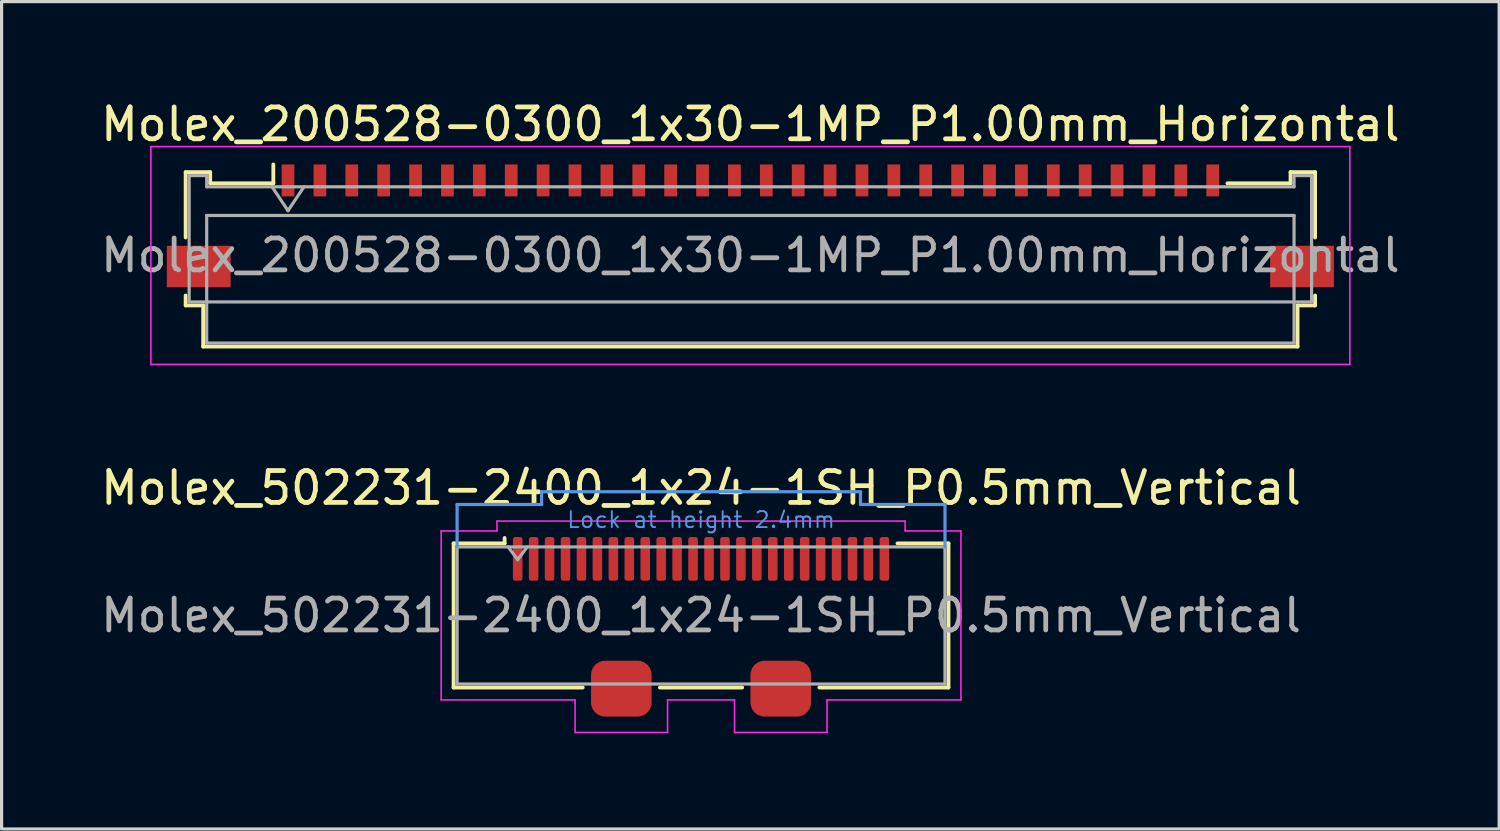
<source format=kicad_pcb>
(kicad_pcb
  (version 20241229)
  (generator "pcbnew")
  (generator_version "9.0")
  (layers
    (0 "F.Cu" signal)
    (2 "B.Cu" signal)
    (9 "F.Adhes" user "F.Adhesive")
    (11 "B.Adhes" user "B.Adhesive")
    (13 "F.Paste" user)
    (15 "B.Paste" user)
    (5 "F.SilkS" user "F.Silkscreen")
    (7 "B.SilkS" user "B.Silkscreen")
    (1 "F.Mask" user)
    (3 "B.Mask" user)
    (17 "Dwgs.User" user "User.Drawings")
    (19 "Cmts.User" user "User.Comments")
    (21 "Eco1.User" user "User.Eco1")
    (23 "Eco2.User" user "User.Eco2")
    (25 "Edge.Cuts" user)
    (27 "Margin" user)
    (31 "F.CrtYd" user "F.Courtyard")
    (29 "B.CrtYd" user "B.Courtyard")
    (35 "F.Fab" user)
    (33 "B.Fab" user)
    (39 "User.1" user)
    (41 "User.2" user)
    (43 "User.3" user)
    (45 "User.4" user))
  (footprint "Molex_200528-0300_1x30-1MP_P1.00mm_Horizontal"
    (layer "F.Cu")
    (at 20.482 3.518)
    (property "Reference" "Molex_200528-0300_1x30-1MP_P1.00mm_Horizontal" (at 0 -2.67 0) (layer "F.SilkS") (effects (font (size 1 1) (thickness 0.15))))
    (attr smd)
    (fp_line (start -17.71 -1.17) (end -17.71 0.88) (stroke (width 0.12) (type solid)) (layer "F.SilkS"))
    (fp_line (start -17.71 2.7) (end -17.71 3.01) (stroke (width 0.12) (type solid)) (layer "F.SilkS"))
    (fp_line (start -17.71 3.01) (end -17.16 3.01) (stroke (width 0.12) (type solid)) (layer "F.SilkS"))
    (fp_line (start -17.16 3.01) (end -17.16 4.3) (stroke (width 0.12) (type solid)) (layer "F.SilkS"))
    (fp_line (start -17.16 4.3) (end 17.16 4.3) (stroke (width 0.12) (type solid)) (layer "F.SilkS"))
    (fp_line (start -16.94 -1.17) (end -17.71 -1.17) (stroke (width 0.12) (type solid)) (layer "F.SilkS"))
    (fp_line (start -16.94 -0.82) (end -16.94 -1.17) (stroke (width 0.12) (type solid)) (layer "F.SilkS"))
    (fp_line (start -14.96 -1.41) (end -14.96 -0.82) (stroke (width 0.12) (type solid)) (layer "F.SilkS"))
    (fp_line (start -14.96 -0.82) (end -16.94 -0.82) (stroke (width 0.12) (type solid)) (layer "F.SilkS"))
    (fp_line (start 16.94 -1.17) (end 16.94 -0.82) (stroke (width 0.12) (type solid)) (layer "F.SilkS"))
    (fp_line (start 16.94 -0.82) (end 14.96 -0.82) (stroke (width 0.12) (type solid)) (layer "F.SilkS"))
    (fp_line (start 17.16 3.01) (end 17.71 3.01) (stroke (width 0.12) (type solid)) (layer "F.SilkS"))
    (fp_line (start 17.16 4.3) (end 17.16 3.01) (stroke (width 0.12) (type solid)) (layer "F.SilkS"))
    (fp_line (start 17.71 -1.17) (end 16.94 -1.17) (stroke (width 0.12) (type solid)) (layer "F.SilkS"))
    (fp_line (start 17.71 0.88) (end 17.71 -1.17) (stroke (width 0.12) (type solid)) (layer "F.SilkS"))
    (fp_line (start 17.71 3.01) (end 17.71 2.7) (stroke (width 0.12) (type solid)) (layer "F.SilkS"))
    (fp_line (start -18.8 -1.97) (end -18.8 4.86) (stroke (width 0.05) (type solid)) (layer "F.CrtYd"))
    (fp_line (start -18.8 4.86) (end 18.8 4.86) (stroke (width 0.05) (type solid)) (layer "F.CrtYd"))
    (fp_line (start 18.8 -1.97) (end -18.8 -1.97) (stroke (width 0.05) (type solid)) (layer "F.CrtYd"))
    (fp_line (start 18.8 4.86) (end 18.8 -1.97) (stroke (width 0.05) (type solid)) (layer "F.CrtYd"))
    (fp_line (start -17.6 -1.06) (end -17.6 2.9) (stroke (width 0.1) (type solid)) (layer "F.Fab"))
    (fp_line (start -17.6 2.9) (end 17.6 2.9) (stroke (width 0.1) (type solid)) (layer "F.Fab"))
    (fp_line (start -17.05 -1.06) (end -17.6 -1.06) (stroke (width 0.1) (type solid)) (layer "F.Fab"))
    (fp_line (start -17.05 -0.71) (end -17.05 -1.06) (stroke (width 0.1) (type solid)) (layer "F.Fab"))
    (fp_line (start -17.05 0.19) (end -17.05 4.19) (stroke (width 0.1) (type solid)) (layer "F.Fab"))
    (fp_line (start -17.05 4.19) (end 17.05 4.19) (stroke (width 0.1) (type solid)) (layer "F.Fab"))
    (fp_line (start -15 -0.71) (end -14.5 0.04) (stroke (width 0.1) (type solid)) (layer "F.Fab"))
    (fp_line (start -14.5 0.04) (end -14 -0.71) (stroke (width 0.1) (type solid)) (layer "F.Fab"))
    (fp_line (start 17.05 -1.06) (end 17.05 -0.71) (stroke (width 0.1) (type solid)) (layer "F.Fab"))
    (fp_line (start 17.05 -0.71) (end -17.05 -0.71) (stroke (width 0.1) (type solid)) (layer "F.Fab"))
    (fp_line (start 17.05 0.19) (end -17.05 0.19) (stroke (width 0.1) (type solid)) (layer "F.Fab"))
    (fp_line (start 17.05 4.19) (end 17.05 0.19) (stroke (width 0.1) (type solid)) (layer "F.Fab"))
    (fp_line (start 17.6 -1.06) (end 17.05 -1.06) (stroke (width 0.1) (type solid)) (layer "F.Fab"))
    (fp_line (start 17.6 2.9) (end 17.6 -1.06) (stroke (width 0.1) (type solid)) (layer "F.Fab"))
    (fp_text user "${REFERENCE}" (at 0 1.44 0) (layer "F.Fab") (effects (font (size 1 1) (thickness 0.15))))
    (pad "1" smd rect (at -14.5 -0.91) (size 0.4 1) (layers "F.Cu" "F.Mask" "F.Paste"))
    (pad "2" smd rect (at -13.5 -0.91) (size 0.4 1) (layers "F.Cu" "F.Mask" "F.Paste"))
    (pad "3" smd rect (at -12.5 -0.91) (size 0.4 1) (layers "F.Cu" "F.Mask" "F.Paste"))
    (pad "4" smd rect (at -11.5 -0.91) (size 0.4 1) (layers "F.Cu" "F.Mask" "F.Paste"))
    (pad "5" smd rect (at -10.5 -0.91) (size 0.4 1) (layers "F.Cu" "F.Mask" "F.Paste"))
    (pad "6" smd rect (at -9.5 -0.91) (size 0.4 1) (layers "F.Cu" "F.Mask" "F.Paste"))
    (pad "7" smd rect (at -8.5 -0.91) (size 0.4 1) (layers "F.Cu" "F.Mask" "F.Paste"))
    (pad "8" smd rect (at -7.5 -0.91) (size 0.4 1) (layers "F.Cu" "F.Mask" "F.Paste"))
    (pad "9" smd rect (at -6.5 -0.91) (size 0.4 1) (layers "F.Cu" "F.Mask" "F.Paste"))
    (pad "10" smd rect (at -5.5 -0.91) (size 0.4 1) (layers "F.Cu" "F.Mask" "F.Paste"))
    (pad "11" smd rect (at -4.5 -0.91) (size 0.4 1) (layers "F.Cu" "F.Mask" "F.Paste"))
    (pad "12" smd rect (at -3.5 -0.91) (size 0.4 1) (layers "F.Cu" "F.Mask" "F.Paste"))
    (pad "13" smd rect (at -2.5 -0.91) (size 0.4 1) (layers "F.Cu" "F.Mask" "F.Paste"))
    (pad "14" smd rect (at -1.5 -0.91) (size 0.4 1) (layers "F.Cu" "F.Mask" "F.Paste"))
    (pad "15" smd rect (at -0.5 -0.91) (size 0.4 1) (layers "F.Cu" "F.Mask" "F.Paste"))
    (pad "16" smd rect (at 0.5 -0.91) (size 0.4 1) (layers "F.Cu" "F.Mask" "F.Paste"))
    (pad "17" smd rect (at 1.5 -0.91) (size 0.4 1) (layers "F.Cu" "F.Mask" "F.Paste"))
    (pad "18" smd rect (at 2.5 -0.91) (size 0.4 1) (layers "F.Cu" "F.Mask" "F.Paste"))
    (pad "19" smd rect (at 3.5 -0.91) (size 0.4 1) (layers "F.Cu" "F.Mask" "F.Paste"))
    (pad "20" smd rect (at 4.5 -0.91) (size 0.4 1) (layers "F.Cu" "F.Mask" "F.Paste"))
    (pad "21" smd rect (at 5.5 -0.91) (size 0.4 1) (layers "F.Cu" "F.Mask" "F.Paste"))
    (pad "22" smd rect (at 6.5 -0.91) (size 0.4 1) (layers "F.Cu" "F.Mask" "F.Paste"))
    (pad "23" smd rect (at 7.5 -0.91) (size 0.4 1) (layers "F.Cu" "F.Mask" "F.Paste"))
    (pad "24" smd rect (at 8.5 -0.91) (size 0.4 1) (layers "F.Cu" "F.Mask" "F.Paste"))
    (pad "25" smd rect (at 9.5 -0.91) (size 0.4 1) (layers "F.Cu" "F.Mask" "F.Paste"))
    (pad "26" smd rect (at 10.5 -0.91) (size 0.4 1) (layers "F.Cu" "F.Mask" "F.Paste"))
    (pad "27" smd rect (at 11.5 -0.91) (size 0.4 1) (layers "F.Cu" "F.Mask" "F.Paste"))
    (pad "28" smd rect (at 12.5 -0.91) (size 0.4 1) (layers "F.Cu" "F.Mask" "F.Paste"))
    (pad "29" smd rect (at 13.5 -0.91) (size 0.4 1) (layers "F.Cu" "F.Mask" "F.Paste"))
    (pad "30" smd rect (at 14.5 -0.91) (size 0.4 1) (layers "F.Cu" "F.Mask" "F.Paste"))
    (pad "MP" smd rect (at -17.3 1.79) (size 2 1.3) (layers "F.Cu" "F.Mask" "F.Paste"))
    (pad "MP" smd rect (at 17.3 1.79) (size 2 1.3) (layers "F.Cu" "F.Mask" "F.Paste")))
  (footprint "Molex_502231-2400_1x24-1SH_P0.5mm_Vertical"
    (layer "F.Cu")
    (at 18.935 15.521)
    (property "Reference" "Molex_502231-2400_1x24-1SH_P0.5mm_Vertical" (at 0 -3.27 0) (layer "F.SilkS") (effects (font (size 1 1) (thickness 0.15))))
    (attr smd)
    (fp_line (start -7.76 2.99) (end -7.76 -1.53) (stroke (width 0.12) (type solid)) (layer "F.SilkS"))
    (fp_line (start -6.16 -1.53) (end -7.76 -1.53) (stroke (width 0.12) (type solid)) (layer "F.SilkS"))
    (fp_line (start -6.16 -1.53) (end -6.16 -1.7) (stroke (width 0.12) (type solid)) (layer "F.SilkS"))
    (fp_line (start -3.71 2.99) (end -7.76 2.99) (stroke (width 0.12) (type solid)) (layer "F.SilkS"))
    (fp_line (start -1.29 2.99) (end 1.29 2.99) (stroke (width 0.12) (type solid)) (layer "F.SilkS"))
    (fp_line (start 3.71 2.99) (end 7.76 2.99) (stroke (width 0.12) (type solid)) (layer "F.SilkS"))
    (fp_line (start 6.16 -1.53) (end 7.76 -1.53) (stroke (width 0.12) (type solid)) (layer "F.SilkS"))
    (fp_line (start 7.76 2.99) (end 7.76 -1.53) (stroke (width 0.12) (type solid)) (layer "F.SilkS"))
    (fp_line (start -7.65 -2.75) (end -7.65 -1.42) (stroke (width 0.1) (type solid)) (layer "Cmts.User"))
    (fp_line (start -5 -3.15) (end -5 -2.75) (stroke (width 0.1) (type solid)) (layer "Cmts.User"))
    (fp_line (start -5 -3.15) (end 5 -3.15) (stroke (width 0.1) (type solid)) (layer "Cmts.User"))
    (fp_line (start -5 -2.75) (end -7.65 -2.75) (stroke (width 0.1) (type solid)) (layer "Cmts.User"))
    (fp_line (start 5 -3.15) (end 5 -2.75) (stroke (width 0.1) (type solid)) (layer "Cmts.User"))
    (fp_line (start 5 -2.75) (end 7.65 -2.75) (stroke (width 0.1) (type solid)) (layer "Cmts.User"))
    (fp_line (start 7.65 -2.75) (end 7.65 -1.42) (stroke (width 0.1) (type solid)) (layer "Cmts.User"))
    (fp_line (start -8.15 -1.92) (end -6.4 -1.92) (stroke (width 0.05) (type solid)) (layer "F.CrtYd"))
    (fp_line (start -8.15 3.38) (end -8.15 -1.92) (stroke (width 0.05) (type solid)) (layer "F.CrtYd"))
    (fp_line (start -6.4 -1.92) (end -6.4 -2.23) (stroke (width 0.05) (type solid)) (layer "F.CrtYd"))
    (fp_line (start -3.95 3.38) (end -8.15 3.38) (stroke (width 0.05) (type solid)) (layer "F.CrtYd"))
    (fp_line (start -3.95 3.38) (end -3.95 4.4) (stroke (width 0.05) (type solid)) (layer "F.CrtYd"))
    (fp_line (start -1.05 3.38) (end -1.05 4.4) (stroke (width 0.05) (type solid)) (layer "F.CrtYd"))
    (fp_line (start -1.05 4.4) (end -3.95 4.4) (stroke (width 0.05) (type solid)) (layer "F.CrtYd"))
    (fp_line (start 1.05 3.38) (end -1.05 3.38) (stroke (width 0.05) (type solid)) (layer "F.CrtYd"))
    (fp_line (start 1.05 3.38) (end 1.05 4.4) (stroke (width 0.05) (type solid)) (layer "F.CrtYd"))
    (fp_line (start 1.05 4.4) (end 3.95 4.4) (stroke (width 0.05) (type solid)) (layer "F.CrtYd"))
    (fp_line (start 3.95 3.38) (end 3.95 4.4) (stroke (width 0.05) (type solid)) (layer "F.CrtYd"))
    (fp_line (start 3.95 3.38) (end 8.15 3.38) (stroke (width 0.05) (type solid)) (layer "F.CrtYd"))
    (fp_line (start 6.4 -2.23) (end -6.4 -2.23) (stroke (width 0.05) (type solid)) (layer "F.CrtYd"))
    (fp_line (start 6.4 -1.92) (end 6.4 -2.23) (stroke (width 0.05) (type solid)) (layer "F.CrtYd"))
    (fp_line (start 8.15 -1.92) (end 6.4 -1.92) (stroke (width 0.05) (type solid)) (layer "F.CrtYd"))
    (fp_line (start 8.15 3.38) (end 8.15 -1.92) (stroke (width 0.05) (type solid)) (layer "F.CrtYd"))
    (fp_line (start -7.65 -1.42) (end -7.65 2.88) (stroke (width 0.1) (type solid)) (layer "F.Fab"))
    (fp_line (start -7.65 -1.42) (end 7.65 -1.42) (stroke (width 0.1) (type solid)) (layer "F.Fab"))
    (fp_line (start -7.65 2.88) (end 7.65 2.88) (stroke (width 0.1) (type solid)) (layer "F.Fab"))
    (fp_line (start -6.05 -1.42) (end -5.75 -1.02) (stroke (width 0.1) (type solid)) (layer "F.Fab"))
    (fp_line (start -5.75 -1.02) (end -5.45 -1.42) (stroke (width 0.1) (type solid)) (layer "F.Fab"))
    (fp_line (start 7.65 -1.42) (end 7.65 2.88) (stroke (width 0.1) (type solid)) (layer "F.Fab"))
    (fp_text user "Lock at height 2.4mm" (at 0 -2.27 0) (layer "Cmts.User") (effects (font (size 0.5 0.5) (thickness 0.06))))
    (fp_text user "${REFERENCE}" (at 0 0.73 0) (layer "F.Fab") (effects (font (size 1 1) (thickness 0.15))))
    (pad "1" smd roundrect (at -5.75 -1.045) (size 0.3 1.37) (layers "F.Cu" "F.Mask" "F.Paste") (roundrect_rratio 0.25))
    (pad "2" smd roundrect (at -5.25 -1.045) (size 0.3 1.37) (layers "F.Cu" "F.Mask" "F.Paste") (roundrect_rratio 0.25))
    (pad "3" smd roundrect (at -4.75 -1.045) (size 0.3 1.37) (layers "F.Cu" "F.Mask" "F.Paste") (roundrect_rratio 0.25))
    (pad "4" smd roundrect (at -4.25 -1.045) (size 0.3 1.37) (layers "F.Cu" "F.Mask" "F.Paste") (roundrect_rratio 0.25))
    (pad "5" smd roundrect (at -3.75 -1.045) (size 0.3 1.37) (layers "F.Cu" "F.Mask" "F.Paste") (roundrect_rratio 0.25))
    (pad "6" smd roundrect (at -3.25 -1.045) (size 0.3 1.37) (layers "F.Cu" "F.Mask" "F.Paste") (roundrect_rratio 0.25))
    (pad "7" smd roundrect (at -2.75 -1.045) (size 0.3 1.37) (layers "F.Cu" "F.Mask" "F.Paste") (roundrect_rratio 0.25))
    (pad "8" smd roundrect (at -2.25 -1.045) (size 0.3 1.37) (layers "F.Cu" "F.Mask" "F.Paste") (roundrect_rratio 0.25))
    (pad "9" smd roundrect (at -1.75 -1.045) (size 0.3 1.37) (layers "F.Cu" "F.Mask" "F.Paste") (roundrect_rratio 0.25))
    (pad "10" smd roundrect (at -1.25 -1.045) (size 0.3 1.37) (layers "F.Cu" "F.Mask" "F.Paste") (roundrect_rratio 0.25))
    (pad "11" smd roundrect (at -0.75 -1.045) (size 0.3 1.37) (layers "F.Cu" "F.Mask" "F.Paste") (roundrect_rratio 0.25))
    (pad "12" smd roundrect (at -0.25 -1.045) (size 0.3 1.37) (layers "F.Cu" "F.Mask" "F.Paste") (roundrect_rratio 0.25))
    (pad "13" smd roundrect (at 0.25 -1.045) (size 0.3 1.37) (layers "F.Cu" "F.Mask" "F.Paste") (roundrect_rratio 0.25))
    (pad "14" smd roundrect (at 0.75 -1.045) (size 0.3 1.37) (layers "F.Cu" "F.Mask" "F.Paste") (roundrect_rratio 0.25))
    (pad "15" smd roundrect (at 1.25 -1.045) (size 0.3 1.37) (layers "F.Cu" "F.Mask" "F.Paste") (roundrect_rratio 0.25))
    (pad "16" smd roundrect (at 1.75 -1.045) (size 0.3 1.37) (layers "F.Cu" "F.Mask" "F.Paste") (roundrect_rratio 0.25))
    (pad "17" smd roundrect (at 2.25 -1.045) (size 0.3 1.37) (layers "F.Cu" "F.Mask" "F.Paste") (roundrect_rratio 0.25))
    (pad "18" smd roundrect (at 2.75 -1.045) (size 0.3 1.37) (layers "F.Cu" "F.Mask" "F.Paste") (roundrect_rratio 0.25))
    (pad "19" smd roundrect (at 3.25 -1.045) (size 0.3 1.37) (layers "F.Cu" "F.Mask" "F.Paste") (roundrect_rratio 0.25))
    (pad "20" smd roundrect (at 3.75 -1.045) (size 0.3 1.37) (layers "F.Cu" "F.Mask" "F.Paste") (roundrect_rratio 0.25))
    (pad "21" smd roundrect (at 4.25 -1.045) (size 0.3 1.37) (layers "F.Cu" "F.Mask" "F.Paste") (roundrect_rratio 0.25))
    (pad "22" smd roundrect (at 4.75 -1.045) (size 0.3 1.37) (layers "F.Cu" "F.Mask" "F.Paste") (roundrect_rratio 0.25))
    (pad "23" smd roundrect (at 5.25 -1.045) (size 0.3 1.37) (layers "F.Cu" "F.Mask" "F.Paste") (roundrect_rratio 0.25))
    (pad "24" smd roundrect (at 5.75 -1.045) (size 0.3 1.37) (layers "F.Cu" "F.Mask" "F.Paste") (roundrect_rratio 0.25))
    (pad "SH" smd roundrect (at -2.5 3.025) (size 1.9 1.75) (layers "F.Cu" "F.Mask" "F.Paste") (roundrect_rratio 0.25))
    (pad "SH" smd roundrect (at 2.5 3.025) (size 1.9 1.75) (layers "F.Cu" "F.Mask" "F.Paste") (roundrect_rratio 0.25)))
  (gr_rect
    (start -3 -3)
    (end 43.964 22.947)
    (stroke (width 0.1) (type default))
    (fill no)
    (layer "Edge.Cuts")))
</source>
